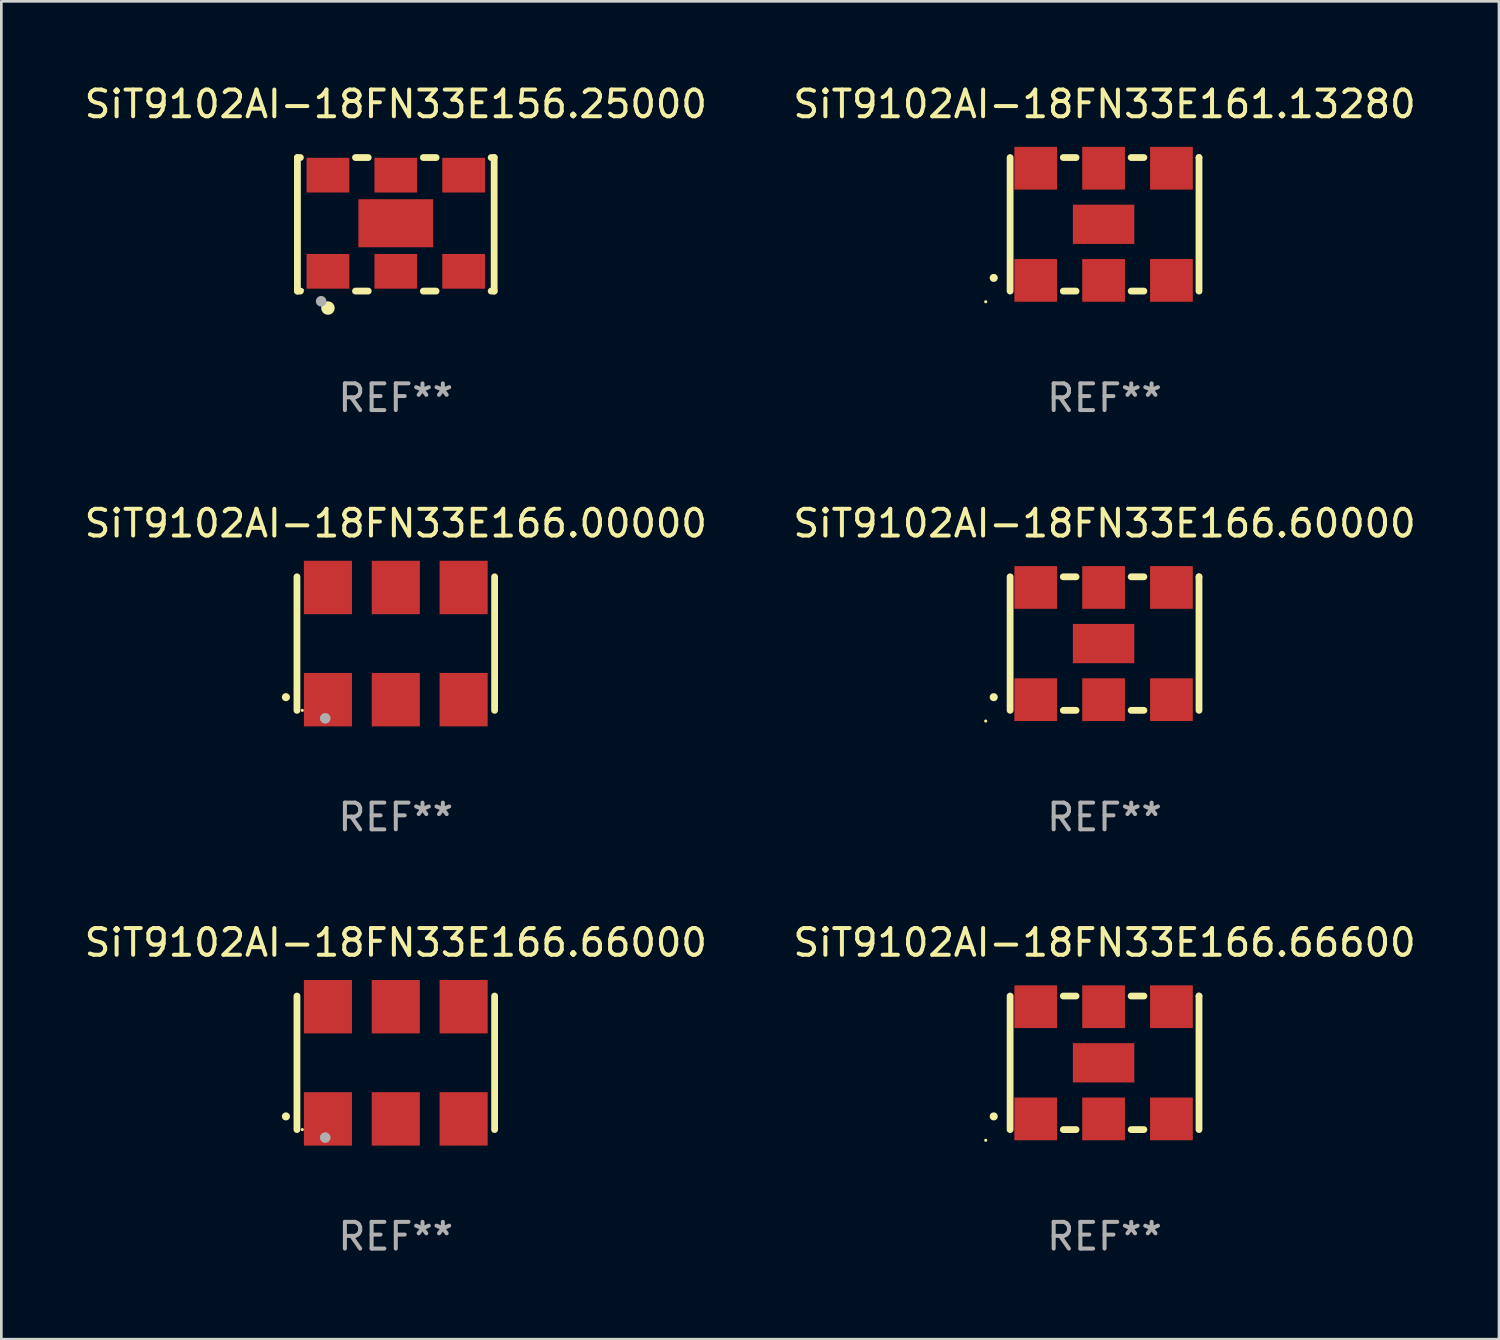
<source format=kicad_pcb>
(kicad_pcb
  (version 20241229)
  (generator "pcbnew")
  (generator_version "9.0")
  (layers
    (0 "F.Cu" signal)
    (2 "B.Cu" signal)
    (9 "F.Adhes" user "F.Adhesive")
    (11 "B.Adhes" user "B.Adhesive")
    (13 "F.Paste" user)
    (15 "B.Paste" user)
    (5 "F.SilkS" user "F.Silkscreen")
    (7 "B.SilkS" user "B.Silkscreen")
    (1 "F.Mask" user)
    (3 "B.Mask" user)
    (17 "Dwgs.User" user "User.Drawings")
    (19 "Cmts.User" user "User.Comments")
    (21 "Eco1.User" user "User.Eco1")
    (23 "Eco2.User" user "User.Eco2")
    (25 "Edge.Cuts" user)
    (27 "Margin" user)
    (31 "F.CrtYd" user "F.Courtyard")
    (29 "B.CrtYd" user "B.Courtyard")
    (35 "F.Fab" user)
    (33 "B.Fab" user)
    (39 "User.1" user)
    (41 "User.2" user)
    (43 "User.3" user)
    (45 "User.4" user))
  (footprint "SiT9102AI-18FN33E166.66000"
    (layer "F.Cu")
    (at 11.768 36.741)
    (property "Reference" "SiT9102AI-18FN33E166.66000" (at 0 -4.5 0) (layer "F.SilkS") (effects (font (size 1 1) (thickness 0.15))))
    (attr through_hole)
    (fp_line (start -3.7 -2.5) (end -3.7 2.5) (stroke (width 0.254) (type solid)) (layer "F.SilkS"))
    (fp_line (start 3.7 -2.5) (end 3.7 2.5) (stroke (width 0.254) (type solid)) (layer "F.SilkS"))
    (fp_arc (start -4.114415 2.006604) (mid -4.113145 2.006599) (end -4.111875 2.006604) (stroke (width 0.3) (type solid)) (layer "F.SilkS"))
    (fp_circle (center -3.5 2.501) (end -3.47 2.501) (stroke (width 0.06) (type solid)) (fill no) (layer "F.SilkS"))
    (fp_circle (center -2.641 2.799) (end -2.541 2.799) (stroke (width 0.2) (type solid)) (fill no) (layer "F.Fab"))
    (fp_text user "REF**" (at 0 6.5 0) (layer "F.Fab") (effects (font (size 1 1) (thickness 0.15))))
    (pad "1" smd rect (at -2.54 2.1) (size 1.8 2) (layers "F.Cu" "F.Mask" "F.Paste"))
    (pad "2" smd rect (at 0.000394 2.1) (size 1.8 2) (layers "F.Cu" "F.Mask" "F.Paste"))
    (pad "3" smd rect (at 2.54 2.1) (size 1.8 2) (layers "F.Cu" "F.Mask" "F.Paste"))
    (pad "4" smd rect (at 2.54 -2.1) (size 1.8 2) (layers "F.Cu" "F.Mask" "F.Paste"))
    (pad "5" smd rect (at 0.000394 -2.1) (size 1.8 2) (layers "F.Cu" "F.Mask" "F.Paste"))
    (pad "6" smd rect (at -2.54 -2.1) (size 1.8 2) (layers "F.Cu" "F.Mask" "F.Paste")))
  (footprint "SiT9102AI-18FN33E166.00000"
    (layer "F.Cu")
    (at 11.768 21.045)
    (property "Reference" "SiT9102AI-18FN33E166.00000" (at 0 -4.5 0) (layer "F.SilkS") (effects (font (size 1 1) (thickness 0.15))))
    (attr through_hole)
    (fp_line (start -3.7 -2.5) (end -3.7 2.5) (stroke (width 0.254) (type solid)) (layer "F.SilkS"))
    (fp_line (start 3.7 -2.5) (end 3.7 2.5) (stroke (width 0.254) (type solid)) (layer "F.SilkS"))
    (fp_arc (start -4.114415 2.006604) (mid -4.113145 2.006599) (end -4.111875 2.006604) (stroke (width 0.3) (type solid)) (layer "F.SilkS"))
    (fp_circle (center -3.5 2.501) (end -3.47 2.501) (stroke (width 0.06) (type solid)) (fill no) (layer "F.SilkS"))
    (fp_circle (center -2.641 2.799) (end -2.541 2.799) (stroke (width 0.2) (type solid)) (fill no) (layer "F.Fab"))
    (fp_text user "REF**" (at 0 6.5 0) (layer "F.Fab") (effects (font (size 1 1) (thickness 0.15))))
    (pad "1" smd rect (at -2.54 2.1) (size 1.8 2) (layers "F.Cu" "F.Mask" "F.Paste"))
    (pad "2" smd rect (at 0.000394 2.1) (size 1.8 2) (layers "F.Cu" "F.Mask" "F.Paste"))
    (pad "3" smd rect (at 2.54 2.1) (size 1.8 2) (layers "F.Cu" "F.Mask" "F.Paste"))
    (pad "4" smd rect (at 2.54 -2.1) (size 1.8 2) (layers "F.Cu" "F.Mask" "F.Paste"))
    (pad "5" smd rect (at 0.000394 -2.1) (size 1.8 2) (layers "F.Cu" "F.Mask" "F.Paste"))
    (pad "6" smd rect (at -2.54 -2.1) (size 1.8 2) (layers "F.Cu" "F.Mask" "F.Paste")))
  (footprint "SiT9102AI-18FN33E166.66600"
    (layer "F.Cu")
    (at 38.304 36.741)
    (property "Reference" "SiT9102AI-18FN33E166.66600" (at 0 -4.5 0) (layer "F.SilkS") (effects (font (size 1 1) (thickness 0.15))))
    (attr through_hole)
    (fp_line (start -3.536 -2.5) (end -3.536 2.5) (stroke (width 0.254) (type solid)) (layer "F.SilkS"))
    (fp_line (start -1.544 2.5) (end -1.067 2.5) (stroke (width 0.254) (type solid)) (layer "F.SilkS"))
    (fp_line (start -1.067 -2.5) (end -1.544 -2.5) (stroke (width 0.254) (type solid)) (layer "F.SilkS"))
    (fp_line (start 0.996 2.5) (end 1.473 2.5) (stroke (width 0.254) (type solid)) (layer "F.SilkS"))
    (fp_line (start 1.473 -2.5) (end 0.996 -2.5) (stroke (width 0.254) (type solid)) (layer "F.SilkS"))
    (fp_line (start 3.536 -2.5) (end 3.536 -2.5) (stroke (width 0.254) (type solid)) (layer "F.SilkS"))
    (fp_line (start 3.536 2.5) (end 3.536 -2.5) (stroke (width 0.254) (type solid)) (layer "F.SilkS"))
    (fp_arc (start -4.150432 2.006604) (mid -4.149162 2.006599) (end -4.147892 2.006604) (stroke (width 0.3) (type solid)) (layer "F.SilkS"))
    (fp_circle (center -4.449 2.9) (end -4.419 2.9) (stroke (width 0.06) (type solid)) (fill no) (layer "F.SilkS"))
    (fp_text user "REF**" (at 0 6.5 0) (layer "F.Fab") (effects (font (size 1 1) (thickness 0.15))))
    (pad "1" smd rect (at -2.576 2.1) (size 1.6 1.6) (layers "F.Cu" "F.Mask" "F.Paste"))
    (pad "2" smd rect (at -0.036 2.1) (size 1.6 1.6) (layers "F.Cu" "F.Mask" "F.Paste"))
    (pad "3" smd rect (at 2.504 2.1) (size 1.6 1.6) (layers "F.Cu" "F.Mask" "F.Paste"))
    (pad "4" smd rect (at 2.504 -2.1) (size 1.6 1.6) (layers "F.Cu" "F.Mask" "F.Paste"))
    (pad "5" smd rect (at -0.036 -2.1) (size 1.6 1.6) (layers "F.Cu" "F.Mask" "F.Paste"))
    (pad "6" smd rect (at -2.576 -2.1) (size 1.6 1.6) (layers "F.Cu" "F.Mask" "F.Paste"))
    (pad "7" smd rect (at -0.036 0) (size 2.3 1.47) (layers "F.Cu" "F.Mask" "F.Paste")))
  (footprint "SiT9102AI-18FN33E161.13280"
    (layer "F.Cu")
    (at 38.304 5.348)
    (property "Reference" "SiT9102AI-18FN33E161.13280" (at 0 -4.5 0) (layer "F.SilkS") (effects (font (size 1 1) (thickness 0.15))))
    (attr through_hole)
    (fp_line (start -3.536 -2.5) (end -3.536 2.5) (stroke (width 0.254) (type solid)) (layer "F.SilkS"))
    (fp_line (start -1.544 2.5) (end -1.067 2.5) (stroke (width 0.254) (type solid)) (layer "F.SilkS"))
    (fp_line (start -1.067 -2.5) (end -1.544 -2.5) (stroke (width 0.254) (type solid)) (layer "F.SilkS"))
    (fp_line (start 0.996 2.5) (end 1.473 2.5) (stroke (width 0.254) (type solid)) (layer "F.SilkS"))
    (fp_line (start 1.473 -2.5) (end 0.996 -2.5) (stroke (width 0.254) (type solid)) (layer "F.SilkS"))
    (fp_line (start 3.536 -2.5) (end 3.536 -2.5) (stroke (width 0.254) (type solid)) (layer "F.SilkS"))
    (fp_line (start 3.536 2.5) (end 3.536 -2.5) (stroke (width 0.254) (type solid)) (layer "F.SilkS"))
    (fp_arc (start -4.150432 2.006604) (mid -4.149162 2.006599) (end -4.147892 2.006604) (stroke (width 0.3) (type solid)) (layer "F.SilkS"))
    (fp_circle (center -4.449 2.9) (end -4.419 2.9) (stroke (width 0.06) (type solid)) (fill no) (layer "F.SilkS"))
    (fp_text user "REF**" (at 0 6.5 0) (layer "F.Fab") (effects (font (size 1 1) (thickness 0.15))))
    (pad "1" smd rect (at -2.576 2.1) (size 1.6 1.6) (layers "F.Cu" "F.Mask" "F.Paste"))
    (pad "2" smd rect (at -0.036 2.1) (size 1.6 1.6) (layers "F.Cu" "F.Mask" "F.Paste"))
    (pad "3" smd rect (at 2.504 2.1) (size 1.6 1.6) (layers "F.Cu" "F.Mask" "F.Paste"))
    (pad "4" smd rect (at 2.504 -2.1) (size 1.6 1.6) (layers "F.Cu" "F.Mask" "F.Paste"))
    (pad "5" smd rect (at -0.036 -2.1) (size 1.6 1.6) (layers "F.Cu" "F.Mask" "F.Paste"))
    (pad "6" smd rect (at -2.576 -2.1) (size 1.6 1.6) (layers "F.Cu" "F.Mask" "F.Paste"))
    (pad "7" smd rect (at -0.036 0) (size 2.3 1.47) (layers "F.Cu" "F.Mask" "F.Paste")))
  (footprint "SiT9102AI-18FN33E166.60000"
    (layer "F.Cu")
    (at 38.304 21.045)
    (property "Reference" "SiT9102AI-18FN33E166.60000" (at 0 -4.5 0) (layer "F.SilkS") (effects (font (size 1 1) (thickness 0.15))))
    (attr through_hole)
    (fp_line (start -3.536 -2.5) (end -3.536 2.5) (stroke (width 0.254) (type solid)) (layer "F.SilkS"))
    (fp_line (start -1.544 2.5) (end -1.067 2.5) (stroke (width 0.254) (type solid)) (layer "F.SilkS"))
    (fp_line (start -1.067 -2.5) (end -1.544 -2.5) (stroke (width 0.254) (type solid)) (layer "F.SilkS"))
    (fp_line (start 0.996 2.5) (end 1.473 2.5) (stroke (width 0.254) (type solid)) (layer "F.SilkS"))
    (fp_line (start 1.473 -2.5) (end 0.996 -2.5) (stroke (width 0.254) (type solid)) (layer "F.SilkS"))
    (fp_line (start 3.536 -2.5) (end 3.536 -2.5) (stroke (width 0.254) (type solid)) (layer "F.SilkS"))
    (fp_line (start 3.536 2.5) (end 3.536 -2.5) (stroke (width 0.254) (type solid)) (layer "F.SilkS"))
    (fp_arc (start -4.150432 2.006604) (mid -4.149162 2.006599) (end -4.147892 2.006604) (stroke (width 0.3) (type solid)) (layer "F.SilkS"))
    (fp_circle (center -4.449 2.9) (end -4.419 2.9) (stroke (width 0.06) (type solid)) (fill no) (layer "F.SilkS"))
    (fp_text user "REF**" (at 0 6.5 0) (layer "F.Fab") (effects (font (size 1 1) (thickness 0.15))))
    (pad "1" smd rect (at -2.576 2.1) (size 1.6 1.6) (layers "F.Cu" "F.Mask" "F.Paste"))
    (pad "2" smd rect (at -0.036 2.1) (size 1.6 1.6) (layers "F.Cu" "F.Mask" "F.Paste"))
    (pad "3" smd rect (at 2.504 2.1) (size 1.6 1.6) (layers "F.Cu" "F.Mask" "F.Paste"))
    (pad "4" smd rect (at 2.504 -2.1) (size 1.6 1.6) (layers "F.Cu" "F.Mask" "F.Paste"))
    (pad "5" smd rect (at -0.036 -2.1) (size 1.6 1.6) (layers "F.Cu" "F.Mask" "F.Paste"))
    (pad "6" smd rect (at -2.576 -2.1) (size 1.6 1.6) (layers "F.Cu" "F.Mask" "F.Paste"))
    (pad "7" smd rect (at -0.036 0) (size 2.3 1.47) (layers "F.Cu" "F.Mask" "F.Paste")))
  (footprint "SiT9102AI-18FN33E156.25000"
    (layer "F.Cu")
    (at 11.768 5.348)
    (property "Reference" "SiT9102AI-18FN33E156.25000" (at 0 -4.5 0) (layer "F.SilkS") (effects (font (size 1 1) (thickness 0.15))))
    (attr through_hole)
    (fp_line (start -3.683 -2.5) (end -3.571 -2.5) (stroke (width 0.254) (type solid)) (layer "F.SilkS"))
    (fp_line (start -3.683 2.5) (end -3.683 -2.5) (stroke (width 0.254) (type solid)) (layer "F.SilkS"))
    (fp_line (start -3.683 2.5) (end -3.571 2.5) (stroke (width 0.254) (type solid)) (layer "F.SilkS"))
    (fp_line (start -1.509 -2.5) (end -1.031 -2.5) (stroke (width 0.254) (type solid)) (layer "F.SilkS"))
    (fp_line (start -1.509 2.5) (end -1.031 2.5) (stroke (width 0.254) (type solid)) (layer "F.SilkS"))
    (fp_line (start 1.031 -2.5) (end 1.509 -2.5) (stroke (width 0.254) (type solid)) (layer "F.SilkS"))
    (fp_line (start 1.031 2.5) (end 1.509 2.5) (stroke (width 0.254) (type solid)) (layer "F.SilkS"))
    (fp_line (start 3.571 -2.5) (end 3.683 -2.5) (stroke (width 0.254) (type solid)) (layer "F.SilkS"))
    (fp_line (start 3.571 2.5) (end 3.683 2.5) (stroke (width 0.254) (type solid)) (layer "F.SilkS"))
    (fp_line (start 3.683 2.5) (end 3.683 -2.5) (stroke (width 0.254) (type solid)) (layer "F.SilkS"))
    (fp_circle (center -3.5 2.46) (end -3.47 2.46) (stroke (width 0.06) (type solid)) (fill no) (layer "F.SilkS"))
    (fp_circle (center -2.54 3.135) (end -2.413 3.135) (stroke (width 0.254) (type solid)) (fill no) (layer "F.SilkS"))
    (fp_circle (center -2.794 2.881) (end -2.694 2.881) (stroke (width 0.2) (type solid)) (fill no) (layer "F.Fab"))
    (fp_text user "REF**" (at 0 6.5 0) (layer "F.Fab") (effects (font (size 1 1) (thickness 0.15))))
    (pad "1" smd rect (at -2.54 1.76) (size 1.6 1.3) (layers "F.Cu" "F.Mask" "F.Paste"))
    (pad "2" smd rect (at 0 1.76) (size 1.6 1.3) (layers "F.Cu" "F.Mask" "F.Paste"))
    (pad "3" smd rect (at 2.54 1.76) (size 1.6 1.3) (layers "F.Cu" "F.Mask" "F.Paste"))
    (pad "4" smd rect (at 2.54 -1.84) (size 1.6 1.3) (layers "F.Cu" "F.Mask" "F.Paste"))
    (pad "5" smd rect (at 0 -1.84) (size 1.6 1.3) (layers "F.Cu" "F.Mask" "F.Paste"))
    (pad "6" smd rect (at -2.54 -1.84) (size 1.6 1.3) (layers "F.Cu" "F.Mask" "F.Paste"))
    (pad "7" smd rect (at 0 -0.04) (size 2.8 1.8) (layers "F.Cu" "F.Mask" "F.Paste")))
  (gr_rect
    (start -3 -3)
    (end 53.071 47.09)
    (stroke (width 0.1) (type default))
    (fill no)
    (layer "Edge.Cuts")))
</source>
